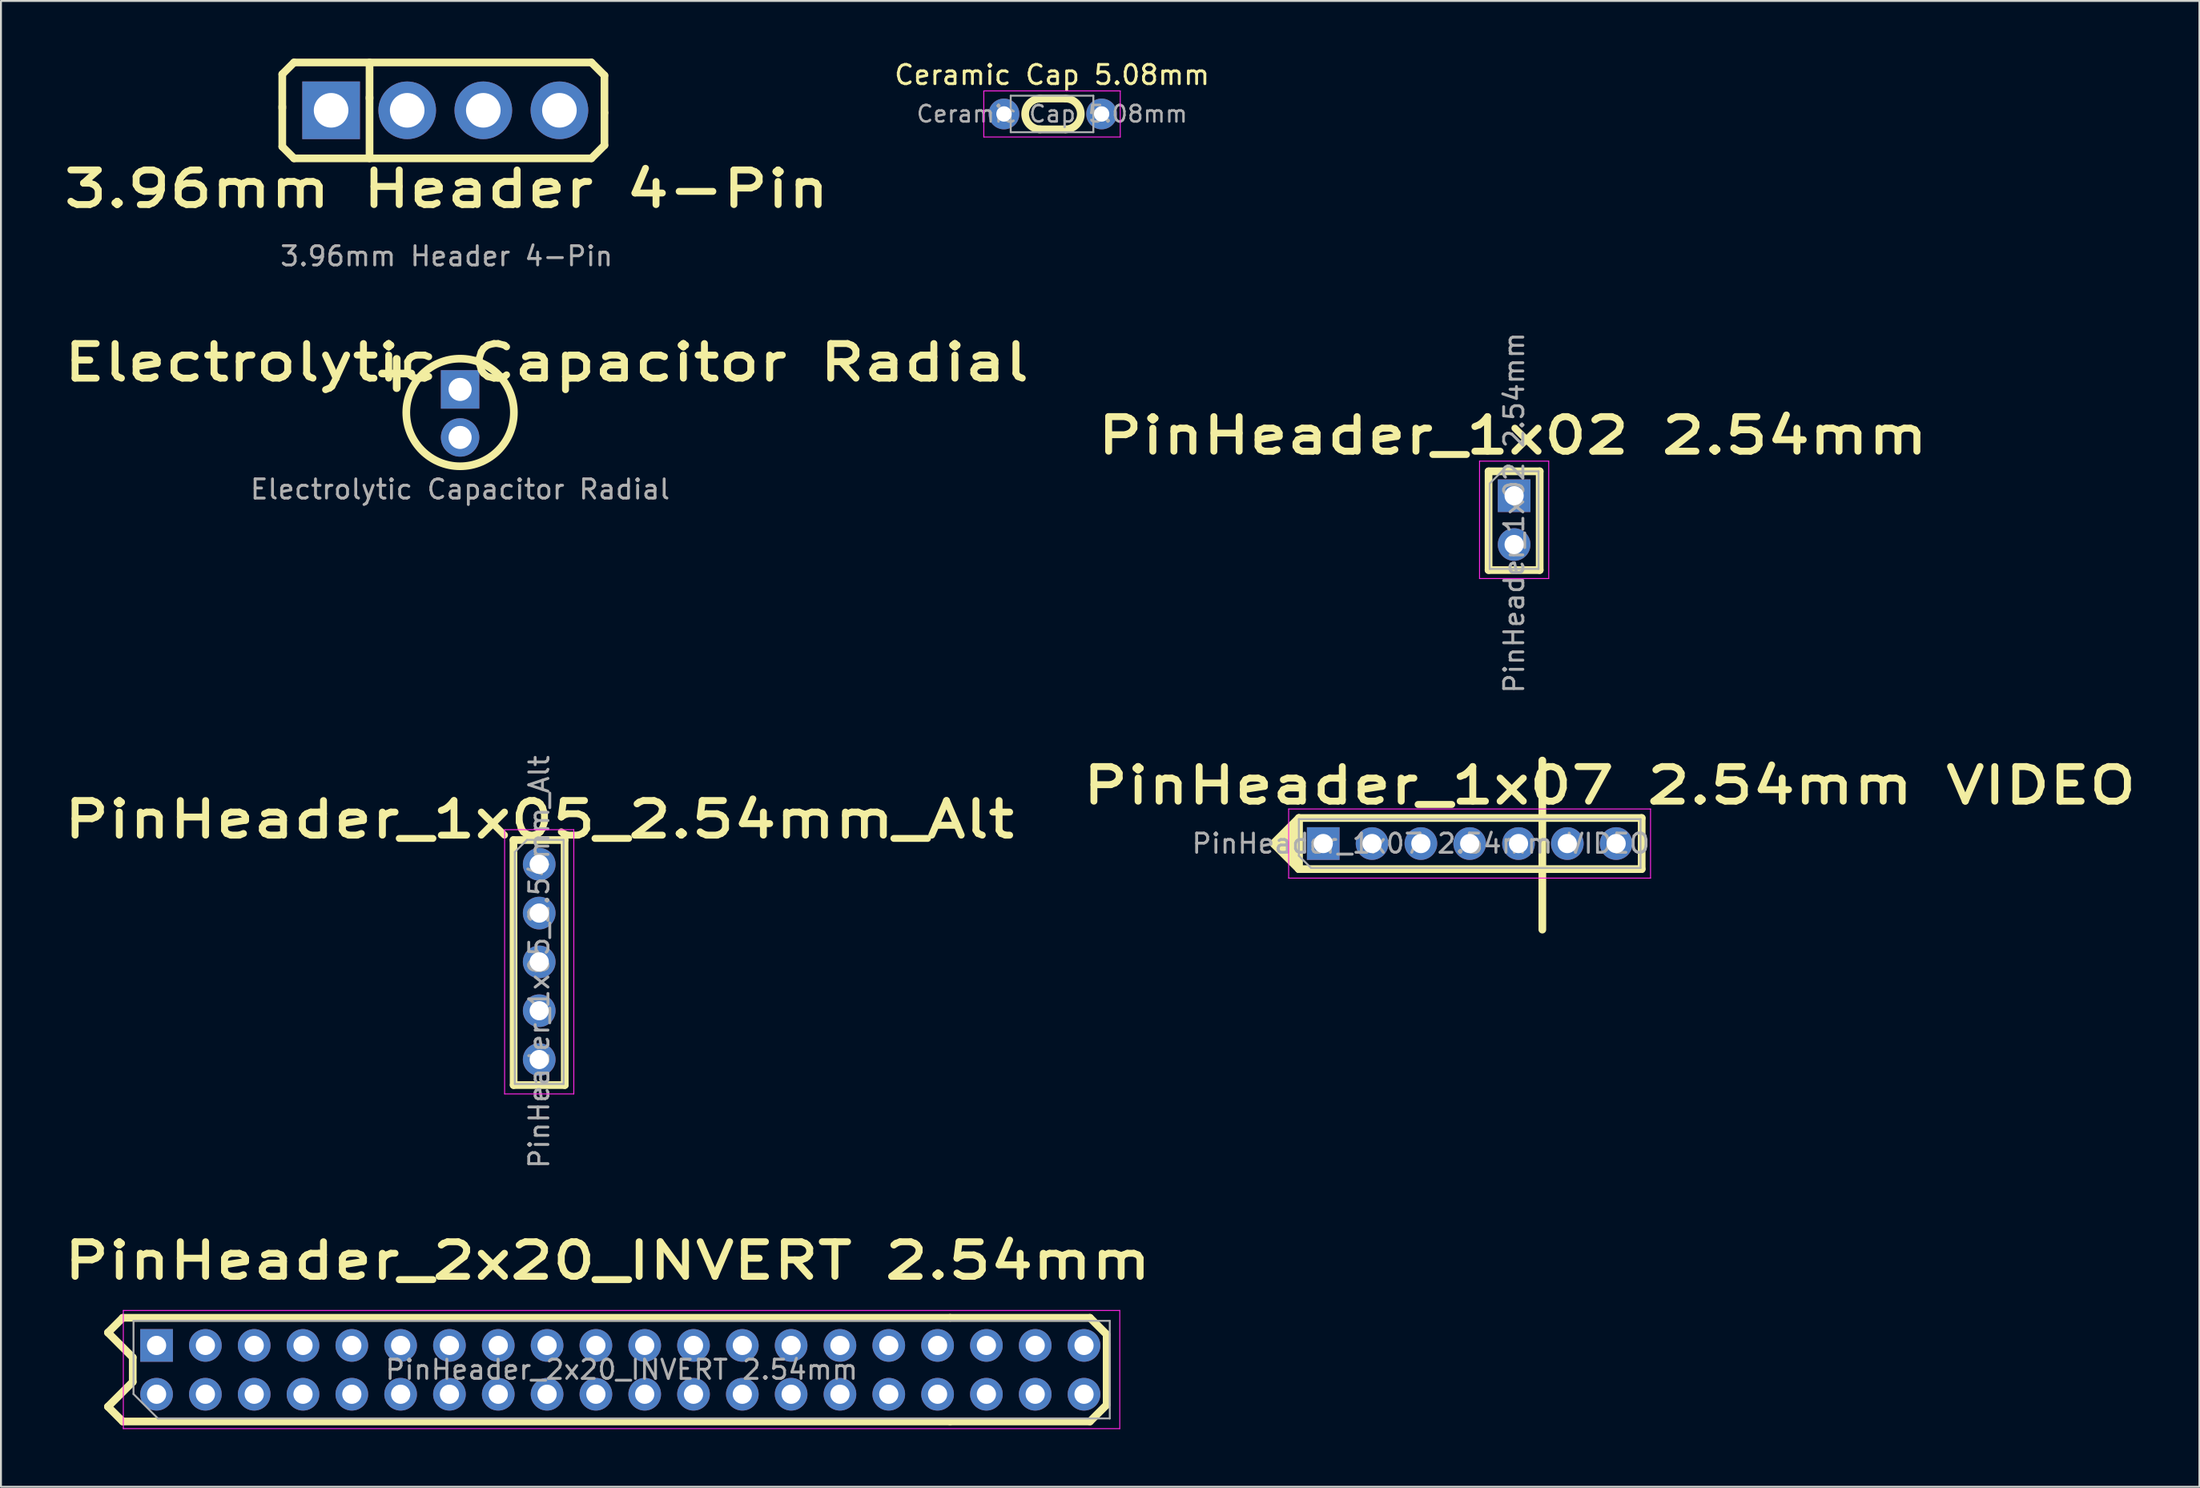
<source format=kicad_pcb>
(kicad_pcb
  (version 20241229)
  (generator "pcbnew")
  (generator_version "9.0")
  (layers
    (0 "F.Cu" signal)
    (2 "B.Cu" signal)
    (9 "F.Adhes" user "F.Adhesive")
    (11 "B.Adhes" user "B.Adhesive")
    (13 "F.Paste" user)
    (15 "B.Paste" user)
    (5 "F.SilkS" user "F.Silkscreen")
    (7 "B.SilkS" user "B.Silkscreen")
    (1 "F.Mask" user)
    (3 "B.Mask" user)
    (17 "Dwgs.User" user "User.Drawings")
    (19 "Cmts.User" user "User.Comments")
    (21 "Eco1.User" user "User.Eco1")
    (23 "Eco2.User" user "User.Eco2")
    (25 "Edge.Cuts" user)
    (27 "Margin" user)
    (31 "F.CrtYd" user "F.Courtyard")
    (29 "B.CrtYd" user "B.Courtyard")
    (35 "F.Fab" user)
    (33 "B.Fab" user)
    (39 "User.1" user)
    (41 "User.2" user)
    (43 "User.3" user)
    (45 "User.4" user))
  (footprint "3.96mm Header 4-Pin"
    (layer "F.Cu")
    (at 14.179 2.69)
    (property "Reference" "3.96mm Header 4-Pin" (at 6.01 4.09 0) (unlocked yes) (layer "F.SilkS") (effects (font (size 1.8 2.3) (thickness 0.36) (bold yes))))
    (attr through_hole)
    (fp_line (start -2.54 -1.88) (end -2.54 -0.11) (stroke (width 0.4) (type default)) (layer "F.SilkS"))
    (fp_line (start -2.54 1.89) (end -2.54 -0.2) (stroke (width 0.4) (type default)) (layer "F.SilkS"))
    (fp_line (start -1.93 -2.49) (end -2.54 -1.88) (stroke (width 0.4) (type default)) (layer "F.SilkS"))
    (fp_line (start -1.93 2.5) (end -2.54 1.89) (stroke (width 0.4) (type default)) (layer "F.SilkS"))
    (fp_line (start 2 -2.49) (end 2 -0.61) (stroke (width 0.4) (type default)) (layer "F.SilkS"))
    (fp_line (start 2 2.5) (end 2 -0.68) (stroke (width 0.4) (type default)) (layer "F.SilkS"))
    (fp_line (start 13.544 -2.49) (end -1.93 -2.49) (stroke (width 0.4) (type default)) (layer "F.SilkS"))
    (fp_line (start 13.544 2.499) (end -1.93 2.5) (stroke (width 0.4) (type default)) (layer "F.SilkS"))
    (fp_line (start 14.224 -1.813) (end 13.544 -2.49) (stroke (width 0.4) (type default)) (layer "F.SilkS"))
    (fp_line (start 14.224 0.127) (end 14.224 -1.813) (stroke (width 0.4) (type default)) (layer "F.SilkS"))
    (fp_line (start 14.224 0.127) (end 14.224 1.819) (stroke (width 0.4) (type default)) (layer "F.SilkS"))
    (fp_line (start 14.224 1.819) (end 13.544 2.499) (stroke (width 0.4) (type default)) (layer "F.SilkS"))
    (fp_text user "${REFERENCE}" (at 6.01 7.59 0) (unlocked yes) (layer "F.Fab") (effects (font (size 1 1) (thickness 0.15))))
    (pad "1" thru_hole rect (at 0 0 90) (size 3 3) (drill 1.8) (layers "*.Cu" "*.Mask"))
    (pad "2" thru_hole circle (at 3.96 0 90) (size 3 3) (drill 1.8) (layers "*.Cu" "*.Mask"))
    (pad "3" thru_hole circle (at 7.92 0 90) (size 3 3) (drill 1.8) (layers "*.Cu" "*.Mask"))
    (pad "4" thru_hole circle (at 11.88 0 90) (size 3 3) (drill 1.8) (layers "*.Cu" "*.Mask")))
  (footprint "PinHeader_1x07 2.54mm VIDEO"
    (layer "F.Cu")
    (at 65.806 40.825)
    (property "Reference" "PinHeader_1x07 2.54mm VIDEO" (at 14.9 -3 0) (layer "F.SilkS") (effects (font (size 1.8 2.3) (thickness 0.36) (bold yes))))
    (attr through_hole)
    (fp_line (start -1.27 -1.31) (end 16.57 -1.31) (stroke (width 0.4) (type solid)) (layer "F.SilkS"))
    (fp_line (start -1.27 1.35) (end -1.27 -1.31) (stroke (width 0.4) (type solid)) (layer "F.SilkS"))
    (fp_line (start -1.27 1.35) (end 16.57 1.35) (stroke (width 0.4) (type solid)) (layer "F.SilkS"))
    (fp_line (start 11.4 4.5) (end 11.4 -4.3) (stroke (width 0.4) (type solid)) (layer "F.SilkS"))
    (fp_line (start 16.57 1.35) (end 16.57 -1.31) (stroke (width 0.4) (type solid)) (layer "F.SilkS"))
    (fp_poly (pts (xy -1.27 -1.31) (xy -2.58 0) (xy -2.58 0.04) (xy -1.27 1.35) (xy -1.27 0.29)) (stroke (width 0.4) (type solid)) (fill yes) (layer "F.SilkS"))
    (fp_line (start -1.8 -1.78) (end -1.8 1.82) (stroke (width 0.05) (type solid)) (layer "F.CrtYd"))
    (fp_line (start -1.8 1.82) (end 17.03 1.82) (stroke (width 0.05) (type solid)) (layer "F.CrtYd"))
    (fp_line (start 17.03 -1.78) (end -1.8 -1.78) (stroke (width 0.05) (type solid)) (layer "F.CrtYd"))
    (fp_line (start 17.03 1.82) (end 17.03 -1.78) (stroke (width 0.05) (type solid)) (layer "F.CrtYd"))
    (fp_line (start -1.27 -1.25) (end 16.51 -1.25) (stroke (width 0.1) (type solid)) (layer "F.Fab"))
    (fp_line (start -1.27 0.655) (end -1.27 -1.25) (stroke (width 0.1) (type solid)) (layer "F.Fab"))
    (fp_line (start -0.635 1.29) (end -1.27 0.655) (stroke (width 0.1) (type solid)) (layer "F.Fab"))
    (fp_line (start 16.51 -1.25) (end 16.51 1.29) (stroke (width 0.1) (type solid)) (layer "F.Fab"))
    (fp_line (start 16.51 1.29) (end -0.635 1.29) (stroke (width 0.1) (type solid)) (layer "F.Fab"))
    (fp_text user "${REFERENCE}" (at 5.08 0.02 0) (layer "F.Fab") (effects (font (size 1 1) (thickness 0.15))))
    (pad "1" thru_hole rect (at 0 0.02 90) (size 1.7 1.7) (drill 1) (layers "*.Cu" "*.Mask"))
    (pad "2" thru_hole oval (at 2.54 0.02 90) (size 1.7 1.7) (drill 1) (layers "*.Cu" "*.Mask"))
    (pad "3" thru_hole oval (at 5.08 0.02 90) (size 1.7 1.7) (drill 1) (layers "*.Cu" "*.Mask"))
    (pad "4" thru_hole oval (at 7.62 0.02 90) (size 1.7 1.7) (drill 1) (layers "*.Cu" "*.Mask"))
    (pad "5" thru_hole oval (at 10.16 0.02 90) (size 1.7 1.7) (drill 1) (layers "*.Cu" "*.Mask"))
    (pad "6" thru_hole oval (at 12.7 0.02 90) (size 1.7 1.7) (drill 1) (layers "*.Cu" "*.Mask"))
    (pad "7" thru_hole oval (at 15.24 0.02 90) (size 1.7 1.7) (drill 1) (layers "*.Cu" "*.Mask")))
  (footprint "Ceramic Cap 5.08mm"
    (layer "F.Cu")
    (at 49.193 2.88)
    (property "Reference" "Ceramic Cap 5.08mm" (at 2.5 -2.032 0) (layer "F.SilkS") (effects (font (size 1 1) (thickness 0.15))))
    (attr through_hole)
    (fp_line (start 3.2 0.8) (end 1.83 0.8) (stroke (width 0.4) (type default)) (layer "F.SilkS"))
    (fp_line (start 3.2 -0.8) (end 1.861 -0.8) (stroke (width 0.4) (type default)) (layer "F.SilkS"))
    (fp_arc (start 1.889484 0.8) (mid 1.1 -0.005283) (end 1.900051 -0.800068) (stroke (width 0.4) (type default)) (layer "F.SilkS"))
    (fp_arc (start 3.210516 -0.8) (mid 4 0.005283) (end 3.199949 0.800068) (stroke (width 0.4) (type default)) (layer "F.SilkS"))
    (fp_line (start -1.05 -1.2) (end -1.05 1.2) (stroke (width 0.05) (type solid)) (layer "F.CrtYd"))
    (fp_line (start -1.05 1.2) (end 6.05 1.2) (stroke (width 0.05) (type solid)) (layer "F.CrtYd"))
    (fp_line (start 6.05 -1.2) (end -1.05 -1.2) (stroke (width 0.05) (type solid)) (layer "F.CrtYd"))
    (fp_line (start 6.05 1.2) (end 6.05 -1.2) (stroke (width 0.05) (type solid)) (layer "F.CrtYd"))
    (fp_line (start 0.35 -0.95) (end 0.35 0.95) (stroke (width 0.1) (type solid)) (layer "F.Fab"))
    (fp_line (start 0.35 0.95) (end 4.65 0.95) (stroke (width 0.1) (type solid)) (layer "F.Fab"))
    (fp_line (start 4.65 -0.95) (end 0.35 -0.95) (stroke (width 0.1) (type solid)) (layer "F.Fab"))
    (fp_line (start 4.65 0.95) (end 4.65 -0.95) (stroke (width 0.1) (type solid)) (layer "F.Fab"))
    (fp_text user "${REFERENCE}" (at 2.5 0 0) (layer "F.Fab") (effects (font (size 0.86 0.86) (thickness 0.129))))
    (pad "1" thru_hole circle (at 0 0) (size 1.6 1.6) (drill 0.8) (layers "*.Cu" "*.Mask"))
    (pad "2" thru_hole circle (at 5.08 0) (size 1.6 1.6) (drill 0.8) (layers "*.Cu" "*.Mask")))
  (footprint "PinHeader_1x05_2.54mm_Alt"
    (layer "F.Cu")
    (at 25.008 41.923)
    (property "Reference" "PinHeader_1x05_2.54mm_Alt" (at 0 -2.33 180) (layer "F.SilkS") (effects (font (size 1.8 2.3) (thickness 0.36) (bold yes))))
    (attr through_hole)
    (fp_line (start -1.34 -1.26) (end -1.33 11.49) (stroke (width 0.4) (type solid)) (layer "F.SilkS"))
    (fp_line (start -1.34 -1.26) (end 1.32 -1.26) (stroke (width 0.4) (type solid)) (layer "F.SilkS"))
    (fp_line (start -1.33 11.49) (end 1.33 11.49) (stroke (width 0.4) (type solid)) (layer "F.SilkS"))
    (fp_line (start 1.32 -1.26) (end 1.33 11.49) (stroke (width 0.4) (type solid)) (layer "F.SilkS"))
    (fp_line (start -1.8 -1.8) (end -1.8 11.95) (stroke (width 0.05) (type solid)) (layer "F.CrtYd"))
    (fp_line (start -1.8 11.95) (end 1.8 11.95) (stroke (width 0.05) (type solid)) (layer "F.CrtYd"))
    (fp_line (start 1.8 -1.8) (end -1.8 -1.8) (stroke (width 0.05) (type solid)) (layer "F.CrtYd"))
    (fp_line (start 1.8 11.95) (end 1.8 -1.8) (stroke (width 0.05) (type solid)) (layer "F.CrtYd"))
    (fp_line (start -1.27 -0.635) (end -0.635 -1.27) (stroke (width 0.1) (type solid)) (layer "F.Fab"))
    (fp_line (start -1.27 11.43) (end -1.27 -0.635) (stroke (width 0.1) (type solid)) (layer "F.Fab"))
    (fp_line (start -0.635 -1.27) (end 1.27 -1.27) (stroke (width 0.1) (type solid)) (layer "F.Fab"))
    (fp_line (start 1.27 -1.27) (end 1.27 11.43) (stroke (width 0.1) (type solid)) (layer "F.Fab"))
    (fp_line (start 1.27 11.43) (end -1.27 11.43) (stroke (width 0.1) (type solid)) (layer "F.Fab"))
    (fp_text user "${REFERENCE}" (at 0 5.08 270) (layer "F.Fab") (effects (font (size 1 1) (thickness 0.15))))
    (pad "1" thru_hole circle (at 0 0) (size 1.7 1.7) (drill 1) (layers "*.Cu" "*.Mask"))
    (pad "2" thru_hole oval (at 0 2.54) (size 1.7 1.7) (drill 1) (layers "*.Cu" "*.Mask"))
    (pad "3" thru_hole oval (at 0 5.08) (size 1.7 1.7) (drill 1) (layers "*.Cu" "*.Mask"))
    (pad "4" thru_hole oval (at 0 7.62) (size 1.7 1.7) (drill 1) (layers "*.Cu" "*.Mask"))
    (pad "5" thru_hole oval (at 0 10.16) (size 1.7 1.7) (drill 1) (layers "*.Cu" "*.Mask")))
  (footprint "PinHeader_1x02 2.54mm"
    (layer "F.Cu")
    (at 75.738 22.745)
    (property "Reference" "PinHeader_1x02 2.54mm" (at -0.07 -3.13 0) (layer "F.SilkS") (effects (font (size 1.8 2.3) (thickness 0.36) (bold yes))))
    (attr through_hole)
    (fp_line (start -1.33 -1.27) (end -1.33 3.87) (stroke (width 0.4) (type solid)) (layer "F.SilkS"))
    (fp_line (start -1.33 -1.27) (end 1.33 -1.27) (stroke (width 0.4) (type solid)) (layer "F.SilkS"))
    (fp_line (start -1.33 3.87) (end 1.33 3.87) (stroke (width 0.4) (type solid)) (layer "F.SilkS"))
    (fp_line (start 1.33 -1.27) (end 1.33 3.87) (stroke (width 0.4) (type solid)) (layer "F.SilkS"))
    (fp_line (start -1.8 -1.8) (end -1.8 4.31) (stroke (width 0.05) (type solid)) (layer "F.CrtYd"))
    (fp_line (start -1.8 4.31) (end 1.8 4.31) (stroke (width 0.05) (type solid)) (layer "F.CrtYd"))
    (fp_line (start 1.8 -1.8) (end -1.8 -1.8) (stroke (width 0.05) (type solid)) (layer "F.CrtYd"))
    (fp_line (start 1.8 4.31) (end 1.8 -1.8) (stroke (width 0.05) (type solid)) (layer "F.CrtYd"))
    (fp_line (start -1.27 -0.635) (end -0.635 -1.27) (stroke (width 0.1) (type solid)) (layer "F.Fab"))
    (fp_line (start -1.27 3.81) (end -1.27 -0.635) (stroke (width 0.1) (type solid)) (layer "F.Fab"))
    (fp_line (start -0.635 -1.27) (end 1.27 -1.27) (stroke (width 0.1) (type solid)) (layer "F.Fab"))
    (fp_line (start 1.27 -1.27) (end 1.27 3.81) (stroke (width 0.1) (type solid)) (layer "F.Fab"))
    (fp_line (start 1.27 3.81) (end -1.27 3.81) (stroke (width 0.1) (type solid)) (layer "F.Fab"))
    (fp_text user "${REFERENCE}" (at 0 0.889 90) (layer "F.Fab") (effects (font (size 1 1) (thickness 0.15))))
    (pad "1" thru_hole rect (at 0 0) (size 1.7 1.7) (drill 1) (layers "*.Cu" "*.Mask"))
    (pad "2" thru_hole oval (at 0 2.54) (size 1.7 1.7) (drill 1) (layers "*.Cu" "*.Mask")))
  (footprint "PinHeader_2x20_INVERT 2.54mm"
    (layer "F.Cu")
    (at 5.097 69.501)
    (property "Reference" "PinHeader_2x20_INVERT 2.54mm" (at 23.47 -6.95 0) (layer "F.SilkS") (effects (font (size 1.8 2.3) (thickness 0.36) (bold yes))))
    (attr through_hole)
    (fp_line (start -2.53 -3.208) (end -1.24 -1.917) (stroke (width 0.4) (type default)) (layer "F.SilkS"))
    (fp_line (start -2.53 0.647) (end -1.24 -0.642) (stroke (width 0.4) (type default)) (layer "F.SilkS"))
    (fp_line (start -1.76 -3.978) (end -2.53 -3.208) (stroke (width 0.4) (type default)) (layer "F.SilkS"))
    (fp_line (start -1.76 1.417) (end -2.53 0.647) (stroke (width 0.4) (type default)) (layer "F.SilkS"))
    (fp_line (start -1.24 -0.642) (end -1.24 -1.917) (stroke (width 0.4) (type default)) (layer "F.SilkS"))
    (fp_line (start 41.29 -3.978) (end -1.76 -3.978) (stroke (width 0.4) (type default)) (layer "F.SilkS"))
    (fp_line (start 41.29 -3.978) (end 48.57 -3.978) (stroke (width 0.4) (type default)) (layer "F.SilkS"))
    (fp_line (start 41.29 1.417) (end -1.76 1.417) (stroke (width 0.4) (type default)) (layer "F.SilkS"))
    (fp_line (start 41.29 1.417) (end 48.57 1.417) (stroke (width 0.4) (type default)) (layer "F.SilkS"))
    (fp_line (start 48.57 -3.978) (end 49.438 -3.11) (stroke (width 0.4) (type default)) (layer "F.SilkS"))
    (fp_line (start 48.57 1.417) (end 49.438 0.55) (stroke (width 0.4) (type default)) (layer "F.SilkS"))
    (fp_line (start 49.438 -3.11) (end 49.438 0.55) (stroke (width 0.4) (type default)) (layer "F.SilkS"))
    (fp_line (start -1.73 -4.36) (end -1.73 1.79) (stroke (width 0.05) (type solid)) (layer "F.CrtYd"))
    (fp_line (start -1.73 1.79) (end 50.12 1.79) (stroke (width 0.05) (type solid)) (layer "F.CrtYd"))
    (fp_line (start 50.12 -4.36) (end -1.73 -4.36) (stroke (width 0.05) (type solid)) (layer "F.CrtYd"))
    (fp_line (start 50.12 1.79) (end 50.12 -4.36) (stroke (width 0.05) (type solid)) (layer "F.CrtYd"))
    (fp_line (start -1.2 -3.82) (end 49.6 -3.82) (stroke (width 0.1) (type solid)) (layer "F.Fab"))
    (fp_line (start -1.2 -0.01) (end -1.2 -3.82) (stroke (width 0.1) (type solid)) (layer "F.Fab"))
    (fp_line (start 0.07 1.26) (end -1.2 -0.01) (stroke (width 0.1) (type solid)) (layer "F.Fab"))
    (fp_line (start 49.6 -3.82) (end 49.6 1.26) (stroke (width 0.1) (type solid)) (layer "F.Fab"))
    (fp_line (start 49.6 1.26) (end 0.07 1.26) (stroke (width 0.1) (type solid)) (layer "F.Fab"))
    (fp_text user "${REFERENCE}" (at 24.2 -1.28 0) (layer "F.Fab") (effects (font (size 1 1) (thickness 0.15))))
    (pad "1" thru_hole rect (at 0 -2.54 90) (size 1.7 1.7) (drill 1) (layers "*.Cu" "*.Mask"))
    (pad "2" thru_hole oval (at 0 0 90) (size 1.7 1.7) (drill 1) (layers "*.Cu" "*.Mask"))
    (pad "3" thru_hole oval (at 2.54 -2.54 90) (size 1.7 1.7) (drill 1) (layers "*.Cu" "*.Mask"))
    (pad "4" thru_hole oval (at 2.54 0 90) (size 1.7 1.7) (drill 1) (layers "*.Cu" "*.Mask"))
    (pad "5" thru_hole oval (at 5.08 -2.54 90) (size 1.7 1.7) (drill 1) (layers "*.Cu" "*.Mask"))
    (pad "6" thru_hole oval (at 5.08 0 90) (size 1.7 1.7) (drill 1) (layers "*.Cu" "*.Mask"))
    (pad "7" thru_hole oval (at 7.62 -2.54 90) (size 1.7 1.7) (drill 1) (layers "*.Cu" "*.Mask"))
    (pad "8" thru_hole oval (at 7.62 0 90) (size 1.7 1.7) (drill 1) (layers "*.Cu" "*.Mask"))
    (pad "9" thru_hole oval (at 10.16 -2.54 90) (size 1.7 1.7) (drill 1) (layers "*.Cu" "*.Mask"))
    (pad "10" thru_hole oval (at 10.16 0 90) (size 1.7 1.7) (drill 1) (layers "*.Cu" "*.Mask"))
    (pad "11" thru_hole oval (at 12.7 -2.54 90) (size 1.7 1.7) (drill 1) (layers "*.Cu" "*.Mask"))
    (pad "12" thru_hole oval (at 12.7 0 90) (size 1.7 1.7) (drill 1) (layers "*.Cu" "*.Mask"))
    (pad "13" thru_hole oval (at 15.24 -2.54 90) (size 1.7 1.7) (drill 1) (layers "*.Cu" "*.Mask"))
    (pad "14" thru_hole oval (at 15.24 0 90) (size 1.7 1.7) (drill 1) (layers "*.Cu" "*.Mask"))
    (pad "15" thru_hole oval (at 17.78 -2.54 90) (size 1.7 1.7) (drill 1) (layers "*.Cu" "*.Mask"))
    (pad "16" thru_hole oval (at 17.78 0 90) (size 1.7 1.7) (drill 1) (layers "*.Cu" "*.Mask"))
    (pad "17" thru_hole oval (at 20.32 -2.54 90) (size 1.7 1.7) (drill 1) (layers "*.Cu" "*.Mask"))
    (pad "18" thru_hole oval (at 20.32 0 90) (size 1.7 1.7) (drill 1) (layers "*.Cu" "*.Mask"))
    (pad "19" thru_hole oval (at 22.86 -2.54 90) (size 1.7 1.7) (drill 1) (layers "*.Cu" "*.Mask"))
    (pad "20" thru_hole oval (at 22.86 0 90) (size 1.7 1.7) (drill 1) (layers "*.Cu" "*.Mask"))
    (pad "21" thru_hole oval (at 25.4 -2.54 90) (size 1.7 1.7) (drill 1) (layers "*.Cu" "*.Mask"))
    (pad "22" thru_hole oval (at 25.4 0 90) (size 1.7 1.7) (drill 1) (layers "*.Cu" "*.Mask"))
    (pad "23" thru_hole oval (at 27.94 -2.54 90) (size 1.7 1.7) (drill 1) (layers "*.Cu" "*.Mask"))
    (pad "24" thru_hole oval (at 27.94 0 90) (size 1.7 1.7) (drill 1) (layers "*.Cu" "*.Mask"))
    (pad "25" thru_hole oval (at 30.48 -2.54 90) (size 1.7 1.7) (drill 1) (layers "*.Cu" "*.Mask"))
    (pad "26" thru_hole oval (at 30.48 0 90) (size 1.7 1.7) (drill 1) (layers "*.Cu" "*.Mask"))
    (pad "27" thru_hole oval (at 33.02 -2.54 90) (size 1.7 1.7) (drill 1) (layers "*.Cu" "*.Mask"))
    (pad "28" thru_hole oval (at 33.02 0 90) (size 1.7 1.7) (drill 1) (layers "*.Cu" "*.Mask"))
    (pad "29" thru_hole oval (at 35.56 -2.54 90) (size 1.7 1.7) (drill 1) (layers "*.Cu" "*.Mask"))
    (pad "30" thru_hole oval (at 35.56 0 90) (size 1.7 1.7) (drill 1) (layers "*.Cu" "*.Mask"))
    (pad "31" thru_hole oval (at 38.1 -2.54 90) (size 1.7 1.7) (drill 1) (layers "*.Cu" "*.Mask"))
    (pad "32" thru_hole oval (at 38.1 0 90) (size 1.7 1.7) (drill 1) (layers "*.Cu" "*.Mask"))
    (pad "33" thru_hole oval (at 40.64 -2.54 90) (size 1.7 1.7) (drill 1) (layers "*.Cu" "*.Mask"))
    (pad "34" thru_hole oval (at 40.64 0 90) (size 1.7 1.7) (drill 1) (layers "*.Cu" "*.Mask"))
    (pad "35" thru_hole oval (at 43.18 -2.54 90) (size 1.7 1.7) (drill 1) (layers "*.Cu" "*.Mask"))
    (pad "36" thru_hole oval (at 43.18 0 90) (size 1.7 1.7) (drill 1) (layers "*.Cu" "*.Mask"))
    (pad "37" thru_hole oval (at 45.72 -2.54 90) (size 1.7 1.7) (drill 1) (layers "*.Cu" "*.Mask"))
    (pad "38" thru_hole oval (at 45.72 0 90) (size 1.7 1.7) (drill 1) (layers "*.Cu" "*.Mask"))
    (pad "39" thru_hole oval (at 48.26 -2.54 90) (size 1.7 1.7) (drill 1) (layers "*.Cu" "*.Mask"))
    (pad "40" thru_hole oval (at 48.26 0 90) (size 1.7 1.7) (drill 1) (layers "*.Cu" "*.Mask")))
  (footprint "Electrolytic Capacitor Radial"
    (layer "F.Cu")
    (at 20.891 17.213)
    (property "Reference" "Electrolytic Capacitor Radial" (at 4.5 -1.4 0) (layer "F.SilkS") (effects (font (size 1.8 2.3) (thickness 0.36) (bold yes))))
    (attr through_hole)
    (fp_circle (center 0 1.2) (end 2.8 1.2) (stroke (width 0.4) (type default)) (fill no) (layer "F.SilkS"))
    (fp_text user "+" (at -4.8 0.2 0) (unlocked yes) (layer "F.SilkS") (effects (font (size 2 2) (thickness 0.4) (bold yes)) (justify left bottom)))
    (fp_text user "${REFERENCE}" (at 0 5.2 0) (layer "F.Fab") (effects (font (size 1 1) (thickness 0.15))))
    (pad "1" thru_hole rect (at 0 0) (size 2 2) (drill 1.2) (layers "*.Cu" "*.Mask"))
    (pad "2" thru_hole oval (at 0 2.5) (size 2 2) (drill 1.2) (layers "*.Cu" "*.Mask")))
  (gr_rect
    (start -3 -3)
    (end 111.397 74.316)
    (stroke (width 0.1) (type default))
    (fill no)
    (layer "Edge.Cuts")))
</source>
